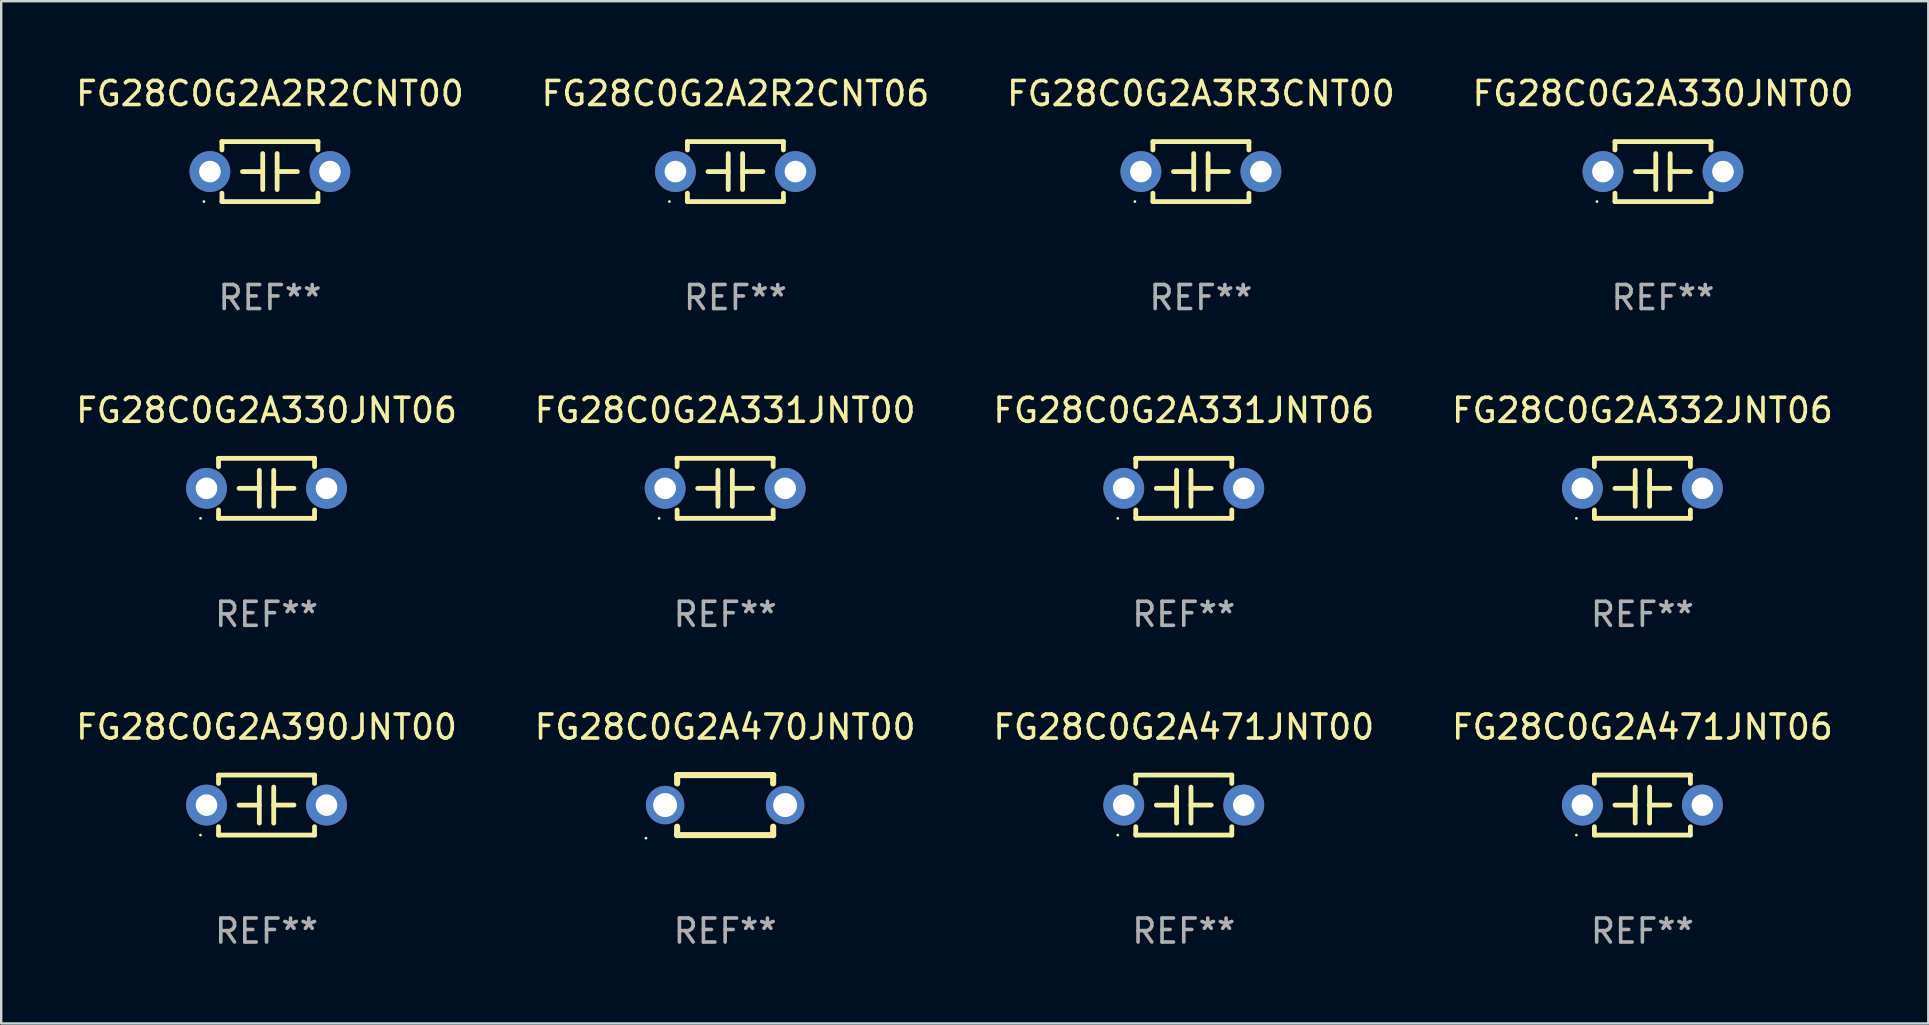
<source format=kicad_pcb>
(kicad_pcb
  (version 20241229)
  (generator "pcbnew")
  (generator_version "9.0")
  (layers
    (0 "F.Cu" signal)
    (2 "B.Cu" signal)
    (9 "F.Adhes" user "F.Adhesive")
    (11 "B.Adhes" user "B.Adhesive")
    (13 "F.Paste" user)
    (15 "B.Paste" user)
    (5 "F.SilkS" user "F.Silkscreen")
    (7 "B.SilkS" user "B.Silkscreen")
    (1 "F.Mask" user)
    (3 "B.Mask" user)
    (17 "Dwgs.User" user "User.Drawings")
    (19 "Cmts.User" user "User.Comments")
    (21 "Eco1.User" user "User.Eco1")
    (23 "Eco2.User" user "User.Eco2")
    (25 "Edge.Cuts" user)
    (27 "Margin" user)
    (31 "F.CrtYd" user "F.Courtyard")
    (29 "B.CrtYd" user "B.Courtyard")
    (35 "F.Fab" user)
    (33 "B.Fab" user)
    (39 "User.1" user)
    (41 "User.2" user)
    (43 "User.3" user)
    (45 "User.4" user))
  (footprint "FG28C0G2A471JNT00"
    (layer "F.Cu")
    (at 46.268 30.491)
    (property "Reference" "FG28C0G2A471JNT00" (at 0 -3.25 0) (layer "F.SilkS") (effects (font (size 1 1) (thickness 0.15))))
    (attr through_hole)
    (fp_line (start -2 -1.25) (end -2 -0.901) (stroke (width 0.2) (type solid)) (layer "F.SilkS"))
    (fp_line (start -2 -1.25) (end 2 -1.25) (stroke (width 0.2) (type solid)) (layer "F.SilkS"))
    (fp_line (start -2 0.901) (end -2 1.25) (stroke (width 0.2) (type solid)) (layer "F.SilkS"))
    (fp_line (start -0.3 -0.75) (end -0.3 0.75) (stroke (width 0.2) (type solid)) (layer "F.SilkS"))
    (fp_line (start -0.3 0.001) (end -1.143 0.001) (stroke (width 0.2) (type solid)) (layer "F.SilkS"))
    (fp_line (start 0.3 -0.001) (end 1.143 -0.001) (stroke (width 0.2) (type solid)) (layer "F.SilkS"))
    (fp_line (start 0.3 0.75) (end 0.3 -0.75) (stroke (width 0.2) (type solid)) (layer "F.SilkS"))
    (fp_line (start 2 -1.25) (end 2 -0.901) (stroke (width 0.2) (type solid)) (layer "F.SilkS"))
    (fp_line (start 2 0.901) (end 2 1.25) (stroke (width 0.2) (type solid)) (layer "F.SilkS"))
    (fp_line (start 2 1.25) (end -2 1.25) (stroke (width 0.2) (type solid)) (layer "F.SilkS"))
    (fp_circle (center -2.75 1.25) (end -2.72 1.25) (stroke (width 0.06) (type solid)) (fill no) (layer "F.SilkS"))
    (fp_text user "REF**" (at 0 5.25 0) (layer "F.Fab") (effects (font (size 1 1) (thickness 0.15))))
    (pad "1" thru_hole circle (at -2.5 0) (size 1.7 1.7) (drill 0.9) (layers "*.Cu" "*.Mask"))
    (pad "2" thru_hole circle (at 2.5 0) (size 1.7 1.7) (drill 0.9) (layers "*.Cu" "*.Mask")))
  (footprint "FG28C0G2A390JNT00"
    (layer "F.Cu")
    (at 8.054 30.491)
    (property "Reference" "FG28C0G2A390JNT00" (at 0 -3.25 0) (layer "F.SilkS") (effects (font (size 1 1) (thickness 0.15))))
    (attr through_hole)
    (fp_line (start -2 -1.25) (end -2 -0.901) (stroke (width 0.2) (type solid)) (layer "F.SilkS"))
    (fp_line (start -2 -1.25) (end 2 -1.25) (stroke (width 0.2) (type solid)) (layer "F.SilkS"))
    (fp_line (start -2 0.901) (end -2 1.25) (stroke (width 0.2) (type solid)) (layer "F.SilkS"))
    (fp_line (start -0.3 -0.75) (end -0.3 0.75) (stroke (width 0.2) (type solid)) (layer "F.SilkS"))
    (fp_line (start -0.3 0.001) (end -1.143 0.001) (stroke (width 0.2) (type solid)) (layer "F.SilkS"))
    (fp_line (start 0.3 -0.001) (end 1.143 -0.001) (stroke (width 0.2) (type solid)) (layer "F.SilkS"))
    (fp_line (start 0.3 0.75) (end 0.3 -0.75) (stroke (width 0.2) (type solid)) (layer "F.SilkS"))
    (fp_line (start 2 -1.25) (end 2 -0.901) (stroke (width 0.2) (type solid)) (layer "F.SilkS"))
    (fp_line (start 2 0.901) (end 2 1.25) (stroke (width 0.2) (type solid)) (layer "F.SilkS"))
    (fp_line (start 2 1.25) (end -2 1.25) (stroke (width 0.2) (type solid)) (layer "F.SilkS"))
    (fp_circle (center -2.75 1.25) (end -2.72 1.25) (stroke (width 0.06) (type solid)) (fill no) (layer "F.SilkS"))
    (fp_text user "REF**" (at 0 5.25 0) (layer "F.Fab") (effects (font (size 1 1) (thickness 0.15))))
    (pad "1" thru_hole circle (at -2.5 0) (size 1.7 1.7) (drill 0.9) (layers "*.Cu" "*.Mask"))
    (pad "2" thru_hole circle (at 2.5 0) (size 1.7 1.7) (drill 0.9) (layers "*.Cu" "*.Mask")))
  (footprint "FG28C0G2A330JNT06"
    (layer "F.Cu")
    (at 8.054 17.295)
    (property "Reference" "FG28C0G2A330JNT06" (at 0 -3.25 0) (layer "F.SilkS") (effects (font (size 1 1) (thickness 0.15))))
    (attr through_hole)
    (fp_line (start -2 -1.25) (end -2 -0.901) (stroke (width 0.2) (type solid)) (layer "F.SilkS"))
    (fp_line (start -2 -1.25) (end 2 -1.25) (stroke (width 0.2) (type solid)) (layer "F.SilkS"))
    (fp_line (start -2 0.901) (end -2 1.25) (stroke (width 0.2) (type solid)) (layer "F.SilkS"))
    (fp_line (start -0.3 -0.75) (end -0.3 0.75) (stroke (width 0.2) (type solid)) (layer "F.SilkS"))
    (fp_line (start -0.3 0.001) (end -1.143 0.001) (stroke (width 0.2) (type solid)) (layer "F.SilkS"))
    (fp_line (start 0.3 -0.001) (end 1.143 -0.001) (stroke (width 0.2) (type solid)) (layer "F.SilkS"))
    (fp_line (start 0.3 0.75) (end 0.3 -0.75) (stroke (width 0.2) (type solid)) (layer "F.SilkS"))
    (fp_line (start 2 -1.25) (end 2 -0.901) (stroke (width 0.2) (type solid)) (layer "F.SilkS"))
    (fp_line (start 2 0.901) (end 2 1.25) (stroke (width 0.2) (type solid)) (layer "F.SilkS"))
    (fp_line (start 2 1.25) (end -2 1.25) (stroke (width 0.2) (type solid)) (layer "F.SilkS"))
    (fp_circle (center -2.75 1.25) (end -2.72 1.25) (stroke (width 0.06) (type solid)) (fill no) (layer "F.SilkS"))
    (fp_text user "REF**" (at 0 5.25 0) (layer "F.Fab") (effects (font (size 1 1) (thickness 0.15))))
    (pad "1" thru_hole circle (at -2.5 0) (size 1.7 1.7) (drill 0.9) (layers "*.Cu" "*.Mask"))
    (pad "2" thru_hole circle (at 2.5 0) (size 1.7 1.7) (drill 0.9) (layers "*.Cu" "*.Mask")))
  (footprint "FG28C0G2A331JNT06"
    (layer "F.Cu")
    (at 46.268 17.295)
    (property "Reference" "FG28C0G2A331JNT06" (at 0 -3.25 0) (layer "F.SilkS") (effects (font (size 1 1) (thickness 0.15))))
    (attr through_hole)
    (fp_line (start -2 -1.25) (end -2 -0.901) (stroke (width 0.2) (type solid)) (layer "F.SilkS"))
    (fp_line (start -2 -1.25) (end 2 -1.25) (stroke (width 0.2) (type solid)) (layer "F.SilkS"))
    (fp_line (start -2 0.901) (end -2 1.25) (stroke (width 0.2) (type solid)) (layer "F.SilkS"))
    (fp_line (start -0.3 -0.75) (end -0.3 0.75) (stroke (width 0.2) (type solid)) (layer "F.SilkS"))
    (fp_line (start -0.3 0.001) (end -1.143 0.001) (stroke (width 0.2) (type solid)) (layer "F.SilkS"))
    (fp_line (start 0.3 -0.001) (end 1.143 -0.001) (stroke (width 0.2) (type solid)) (layer "F.SilkS"))
    (fp_line (start 0.3 0.75) (end 0.3 -0.75) (stroke (width 0.2) (type solid)) (layer "F.SilkS"))
    (fp_line (start 2 -1.25) (end 2 -0.901) (stroke (width 0.2) (type solid)) (layer "F.SilkS"))
    (fp_line (start 2 0.901) (end 2 1.25) (stroke (width 0.2) (type solid)) (layer "F.SilkS"))
    (fp_line (start 2 1.25) (end -2 1.25) (stroke (width 0.2) (type solid)) (layer "F.SilkS"))
    (fp_circle (center -2.75 1.25) (end -2.72 1.25) (stroke (width 0.06) (type solid)) (fill no) (layer "F.SilkS"))
    (fp_text user "REF**" (at 0 5.25 0) (layer "F.Fab") (effects (font (size 1 1) (thickness 0.15))))
    (pad "1" thru_hole circle (at -2.5 0) (size 1.7 1.7) (drill 0.9) (layers "*.Cu" "*.Mask"))
    (pad "2" thru_hole circle (at 2.5 0) (size 1.7 1.7) (drill 0.9) (layers "*.Cu" "*.Mask")))
  (footprint "FG28C0G2A2R2CNT00"
    (layer "F.Cu")
    (at 8.196 4.098)
    (property "Reference" "FG28C0G2A2R2CNT00" (at 0 -3.25 0) (layer "F.SilkS") (effects (font (size 1 1) (thickness 0.15))))
    (attr through_hole)
    (fp_line (start -2 -1.25) (end -2 -0.901) (stroke (width 0.2) (type solid)) (layer "F.SilkS"))
    (fp_line (start -2 -1.25) (end 2 -1.25) (stroke (width 0.2) (type solid)) (layer "F.SilkS"))
    (fp_line (start -2 0.901) (end -2 1.25) (stroke (width 0.2) (type solid)) (layer "F.SilkS"))
    (fp_line (start -0.3 -0.75) (end -0.3 0.75) (stroke (width 0.2) (type solid)) (layer "F.SilkS"))
    (fp_line (start -0.3 0.001) (end -1.143 0.001) (stroke (width 0.2) (type solid)) (layer "F.SilkS"))
    (fp_line (start 0.3 -0.001) (end 1.143 -0.001) (stroke (width 0.2) (type solid)) (layer "F.SilkS"))
    (fp_line (start 0.3 0.75) (end 0.3 -0.75) (stroke (width 0.2) (type solid)) (layer "F.SilkS"))
    (fp_line (start 2 -1.25) (end 2 -0.901) (stroke (width 0.2) (type solid)) (layer "F.SilkS"))
    (fp_line (start 2 0.901) (end 2 1.25) (stroke (width 0.2) (type solid)) (layer "F.SilkS"))
    (fp_line (start 2 1.25) (end -2 1.25) (stroke (width 0.2) (type solid)) (layer "F.SilkS"))
    (fp_circle (center -2.75 1.25) (end -2.72 1.25) (stroke (width 0.06) (type solid)) (fill no) (layer "F.SilkS"))
    (fp_text user "REF**" (at 0 5.25 0) (layer "F.Fab") (effects (font (size 1 1) (thickness 0.15))))
    (pad "1" thru_hole circle (at -2.5 0) (size 1.7 1.7) (drill 0.9) (layers "*.Cu" "*.Mask"))
    (pad "2" thru_hole circle (at 2.5 0) (size 1.7 1.7) (drill 0.9) (layers "*.Cu" "*.Mask")))
  (footprint "FG28C0G2A332JNT06"
    (layer "F.Cu")
    (at 65.375 17.295)
    (property "Reference" "FG28C0G2A332JNT06" (at 0 -3.25 0) (layer "F.SilkS") (effects (font (size 1 1) (thickness 0.15))))
    (attr through_hole)
    (fp_line (start -2 -1.25) (end -2 -0.901) (stroke (width 0.2) (type solid)) (layer "F.SilkS"))
    (fp_line (start -2 -1.25) (end 2 -1.25) (stroke (width 0.2) (type solid)) (layer "F.SilkS"))
    (fp_line (start -2 0.901) (end -2 1.25) (stroke (width 0.2) (type solid)) (layer "F.SilkS"))
    (fp_line (start -0.3 -0.75) (end -0.3 0.75) (stroke (width 0.2) (type solid)) (layer "F.SilkS"))
    (fp_line (start -0.3 0.001) (end -1.143 0.001) (stroke (width 0.2) (type solid)) (layer "F.SilkS"))
    (fp_line (start 0.3 -0.001) (end 1.143 -0.001) (stroke (width 0.2) (type solid)) (layer "F.SilkS"))
    (fp_line (start 0.3 0.75) (end 0.3 -0.75) (stroke (width 0.2) (type solid)) (layer "F.SilkS"))
    (fp_line (start 2 -1.25) (end 2 -0.901) (stroke (width 0.2) (type solid)) (layer "F.SilkS"))
    (fp_line (start 2 0.901) (end 2 1.25) (stroke (width 0.2) (type solid)) (layer "F.SilkS"))
    (fp_line (start 2 1.25) (end -2 1.25) (stroke (width 0.2) (type solid)) (layer "F.SilkS"))
    (fp_circle (center -2.75 1.25) (end -2.72 1.25) (stroke (width 0.06) (type solid)) (fill no) (layer "F.SilkS"))
    (fp_text user "REF**" (at 0 5.25 0) (layer "F.Fab") (effects (font (size 1 1) (thickness 0.15))))
    (pad "1" thru_hole circle (at -2.5 0) (size 1.7 1.7) (drill 0.9) (layers "*.Cu" "*.Mask"))
    (pad "2" thru_hole circle (at 2.5 0) (size 1.7 1.7) (drill 0.9) (layers "*.Cu" "*.Mask")))
  (footprint "FG28C0G2A470JNT00"
    (layer "F.Cu")
    (at 27.161 30.491)
    (property "Reference" "FG28C0G2A470JNT00" (at 0 -3.25 0) (layer "F.SilkS") (effects (font (size 1 1) (thickness 0.15))))
    (attr through_hole)
    (fp_line (start -2 -1.25) (end -2 -0.901) (stroke (width 0.254) (type solid)) (layer "F.SilkS"))
    (fp_line (start -2 -1.25) (end 2 -1.25) (stroke (width 0.254) (type solid)) (layer "F.SilkS"))
    (fp_line (start -2 0.901) (end -2 1.25) (stroke (width 0.254) (type solid)) (layer "F.SilkS"))
    (fp_line (start 2 -1.25) (end 2 -0.901) (stroke (width 0.254) (type solid)) (layer "F.SilkS"))
    (fp_line (start 2 0.901) (end 2 1.25) (stroke (width 0.254) (type solid)) (layer "F.SilkS"))
    (fp_line (start 2 1.25) (end -2 1.25) (stroke (width 0.254) (type solid)) (layer "F.SilkS"))
    (fp_circle (center -3.3 1.377) (end -3.27 1.377) (stroke (width 0.06) (type solid)) (fill no) (layer "F.SilkS"))
    (fp_text user "REF**" (at 0 5.25 0) (layer "F.Fab") (effects (font (size 1 1) (thickness 0.15))))
    (pad "1" thru_hole circle (at -2.5 0) (size 1.6 1.6) (drill 1) (layers "*.Cu" "*.Mask"))
    (pad "2" thru_hole circle (at 2.5 0) (size 1.6 1.6) (drill 1) (layers "*.Cu" "*.Mask")))
  (footprint "FG28C0G2A331JNT00"
    (layer "F.Cu")
    (at 27.161 17.295)
    (property "Reference" "FG28C0G2A331JNT00" (at 0 -3.25 0) (layer "F.SilkS") (effects (font (size 1 1) (thickness 0.15))))
    (attr through_hole)
    (fp_line (start -2 -1.25) (end -2 -0.901) (stroke (width 0.2) (type solid)) (layer "F.SilkS"))
    (fp_line (start -2 -1.25) (end 2 -1.25) (stroke (width 0.2) (type solid)) (layer "F.SilkS"))
    (fp_line (start -2 0.901) (end -2 1.25) (stroke (width 0.2) (type solid)) (layer "F.SilkS"))
    (fp_line (start -0.3 -0.75) (end -0.3 0.75) (stroke (width 0.2) (type solid)) (layer "F.SilkS"))
    (fp_line (start -0.3 0.001) (end -1.143 0.001) (stroke (width 0.2) (type solid)) (layer "F.SilkS"))
    (fp_line (start 0.3 -0.001) (end 1.143 -0.001) (stroke (width 0.2) (type solid)) (layer "F.SilkS"))
    (fp_line (start 0.3 0.75) (end 0.3 -0.75) (stroke (width 0.2) (type solid)) (layer "F.SilkS"))
    (fp_line (start 2 -1.25) (end 2 -0.901) (stroke (width 0.2) (type solid)) (layer "F.SilkS"))
    (fp_line (start 2 0.901) (end 2 1.25) (stroke (width 0.2) (type solid)) (layer "F.SilkS"))
    (fp_line (start 2 1.25) (end -2 1.25) (stroke (width 0.2) (type solid)) (layer "F.SilkS"))
    (fp_circle (center -2.75 1.25) (end -2.72 1.25) (stroke (width 0.06) (type solid)) (fill no) (layer "F.SilkS"))
    (fp_text user "REF**" (at 0 5.25 0) (layer "F.Fab") (effects (font (size 1 1) (thickness 0.15))))
    (pad "1" thru_hole circle (at -2.5 0) (size 1.7 1.7) (drill 0.9) (layers "*.Cu" "*.Mask"))
    (pad "2" thru_hole circle (at 2.5 0) (size 1.7 1.7) (drill 0.9) (layers "*.Cu" "*.Mask")))
  (footprint "FG28C0G2A2R2CNT06"
    (layer "F.Cu")
    (at 27.589 4.098)
    (property "Reference" "FG28C0G2A2R2CNT06" (at 0 -3.25 0) (layer "F.SilkS") (effects (font (size 1 1) (thickness 0.15))))
    (attr through_hole)
    (fp_line (start -2 -1.25) (end -2 -0.901) (stroke (width 0.2) (type solid)) (layer "F.SilkS"))
    (fp_line (start -2 -1.25) (end 2 -1.25) (stroke (width 0.2) (type solid)) (layer "F.SilkS"))
    (fp_line (start -2 0.901) (end -2 1.25) (stroke (width 0.2) (type solid)) (layer "F.SilkS"))
    (fp_line (start -0.3 -0.75) (end -0.3 0.75) (stroke (width 0.2) (type solid)) (layer "F.SilkS"))
    (fp_line (start -0.3 0.001) (end -1.143 0.001) (stroke (width 0.2) (type solid)) (layer "F.SilkS"))
    (fp_line (start 0.3 -0.001) (end 1.143 -0.001) (stroke (width 0.2) (type solid)) (layer "F.SilkS"))
    (fp_line (start 0.3 0.75) (end 0.3 -0.75) (stroke (width 0.2) (type solid)) (layer "F.SilkS"))
    (fp_line (start 2 -1.25) (end 2 -0.901) (stroke (width 0.2) (type solid)) (layer "F.SilkS"))
    (fp_line (start 2 0.901) (end 2 1.25) (stroke (width 0.2) (type solid)) (layer "F.SilkS"))
    (fp_line (start 2 1.25) (end -2 1.25) (stroke (width 0.2) (type solid)) (layer "F.SilkS"))
    (fp_circle (center -2.75 1.25) (end -2.72 1.25) (stroke (width 0.06) (type solid)) (fill no) (layer "F.SilkS"))
    (fp_text user "REF**" (at 0 5.25 0) (layer "F.Fab") (effects (font (size 1 1) (thickness 0.15))))
    (pad "1" thru_hole circle (at -2.5 0) (size 1.7 1.7) (drill 0.9) (layers "*.Cu" "*.Mask"))
    (pad "2" thru_hole circle (at 2.5 0) (size 1.7 1.7) (drill 0.9) (layers "*.Cu" "*.Mask")))
  (footprint "FG28C0G2A3R3CNT00"
    (layer "F.Cu")
    (at 46.982 4.098)
    (property "Reference" "FG28C0G2A3R3CNT00" (at 0 -3.25 0) (layer "F.SilkS") (effects (font (size 1 1) (thickness 0.15))))
    (attr through_hole)
    (fp_line (start -2 -1.25) (end -2 -0.901) (stroke (width 0.2) (type solid)) (layer "F.SilkS"))
    (fp_line (start -2 -1.25) (end 2 -1.25) (stroke (width 0.2) (type solid)) (layer "F.SilkS"))
    (fp_line (start -2 0.901) (end -2 1.25) (stroke (width 0.2) (type solid)) (layer "F.SilkS"))
    (fp_line (start -0.3 -0.75) (end -0.3 0.75) (stroke (width 0.2) (type solid)) (layer "F.SilkS"))
    (fp_line (start -0.3 0.001) (end -1.143 0.001) (stroke (width 0.2) (type solid)) (layer "F.SilkS"))
    (fp_line (start 0.3 -0.001) (end 1.143 -0.001) (stroke (width 0.2) (type solid)) (layer "F.SilkS"))
    (fp_line (start 0.3 0.75) (end 0.3 -0.75) (stroke (width 0.2) (type solid)) (layer "F.SilkS"))
    (fp_line (start 2 -1.25) (end 2 -0.901) (stroke (width 0.2) (type solid)) (layer "F.SilkS"))
    (fp_line (start 2 0.901) (end 2 1.25) (stroke (width 0.2) (type solid)) (layer "F.SilkS"))
    (fp_line (start 2 1.25) (end -2 1.25) (stroke (width 0.2) (type solid)) (layer "F.SilkS"))
    (fp_circle (center -2.75 1.25) (end -2.72 1.25) (stroke (width 0.06) (type solid)) (fill no) (layer "F.SilkS"))
    (fp_text user "REF**" (at 0 5.25 0) (layer "F.Fab") (effects (font (size 1 1) (thickness 0.15))))
    (pad "1" thru_hole circle (at -2.5 0) (size 1.7 1.7) (drill 0.9) (layers "*.Cu" "*.Mask"))
    (pad "2" thru_hole circle (at 2.5 0) (size 1.7 1.7) (drill 0.9) (layers "*.Cu" "*.Mask")))
  (footprint "FG28C0G2A330JNT00"
    (layer "F.Cu")
    (at 66.232 4.098)
    (property "Reference" "FG28C0G2A330JNT00" (at 0 -3.25 0) (layer "F.SilkS") (effects (font (size 1 1) (thickness 0.15))))
    (attr through_hole)
    (fp_line (start -2 -1.25) (end -2 -0.901) (stroke (width 0.2) (type solid)) (layer "F.SilkS"))
    (fp_line (start -2 -1.25) (end 2 -1.25) (stroke (width 0.2) (type solid)) (layer "F.SilkS"))
    (fp_line (start -2 0.901) (end -2 1.25) (stroke (width 0.2) (type solid)) (layer "F.SilkS"))
    (fp_line (start -0.3 -0.75) (end -0.3 0.75) (stroke (width 0.2) (type solid)) (layer "F.SilkS"))
    (fp_line (start -0.3 0.001) (end -1.143 0.001) (stroke (width 0.2) (type solid)) (layer "F.SilkS"))
    (fp_line (start 0.3 -0.001) (end 1.143 -0.001) (stroke (width 0.2) (type solid)) (layer "F.SilkS"))
    (fp_line (start 0.3 0.75) (end 0.3 -0.75) (stroke (width 0.2) (type solid)) (layer "F.SilkS"))
    (fp_line (start 2 -1.25) (end 2 -0.901) (stroke (width 0.2) (type solid)) (layer "F.SilkS"))
    (fp_line (start 2 0.901) (end 2 1.25) (stroke (width 0.2) (type solid)) (layer "F.SilkS"))
    (fp_line (start 2 1.25) (end -2 1.25) (stroke (width 0.2) (type solid)) (layer "F.SilkS"))
    (fp_circle (center -2.75 1.25) (end -2.72 1.25) (stroke (width 0.06) (type solid)) (fill no) (layer "F.SilkS"))
    (fp_text user "REF**" (at 0 5.25 0) (layer "F.Fab") (effects (font (size 1 1) (thickness 0.15))))
    (pad "1" thru_hole circle (at -2.5 0) (size 1.7 1.7) (drill 0.9) (layers "*.Cu" "*.Mask"))
    (pad "2" thru_hole circle (at 2.5 0) (size 1.7 1.7) (drill 0.9) (layers "*.Cu" "*.Mask")))
  (footprint "FG28C0G2A471JNT06"
    (layer "F.Cu")
    (at 65.375 30.491)
    (property "Reference" "FG28C0G2A471JNT06" (at 0 -3.25 0) (layer "F.SilkS") (effects (font (size 1 1) (thickness 0.15))))
    (attr through_hole)
    (fp_line (start -2 -1.25) (end -2 -0.901) (stroke (width 0.2) (type solid)) (layer "F.SilkS"))
    (fp_line (start -2 -1.25) (end 2 -1.25) (stroke (width 0.2) (type solid)) (layer "F.SilkS"))
    (fp_line (start -2 0.901) (end -2 1.25) (stroke (width 0.2) (type solid)) (layer "F.SilkS"))
    (fp_line (start -0.3 -0.75) (end -0.3 0.75) (stroke (width 0.2) (type solid)) (layer "F.SilkS"))
    (fp_line (start -0.3 0.001) (end -1.143 0.001) (stroke (width 0.2) (type solid)) (layer "F.SilkS"))
    (fp_line (start 0.3 -0.001) (end 1.143 -0.001) (stroke (width 0.2) (type solid)) (layer "F.SilkS"))
    (fp_line (start 0.3 0.75) (end 0.3 -0.75) (stroke (width 0.2) (type solid)) (layer "F.SilkS"))
    (fp_line (start 2 -1.25) (end 2 -0.901) (stroke (width 0.2) (type solid)) (layer "F.SilkS"))
    (fp_line (start 2 0.901) (end 2 1.25) (stroke (width 0.2) (type solid)) (layer "F.SilkS"))
    (fp_line (start 2 1.25) (end -2 1.25) (stroke (width 0.2) (type solid)) (layer "F.SilkS"))
    (fp_circle (center -2.75 1.25) (end -2.72 1.25) (stroke (width 0.06) (type solid)) (fill no) (layer "F.SilkS"))
    (fp_text user "REF**" (at 0 5.25 0) (layer "F.Fab") (effects (font (size 1 1) (thickness 0.15))))
    (pad "1" thru_hole circle (at -2.5 0) (size 1.7 1.7) (drill 0.9) (layers "*.Cu" "*.Mask"))
    (pad "2" thru_hole circle (at 2.5 0) (size 1.7 1.7) (drill 0.9) (layers "*.Cu" "*.Mask")))
  (gr_rect
    (start -3 -3)
    (end 77.286 39.59)
    (stroke (width 0.1) (type default))
    (fill no)
    (layer "Edge.Cuts")))
</source>
